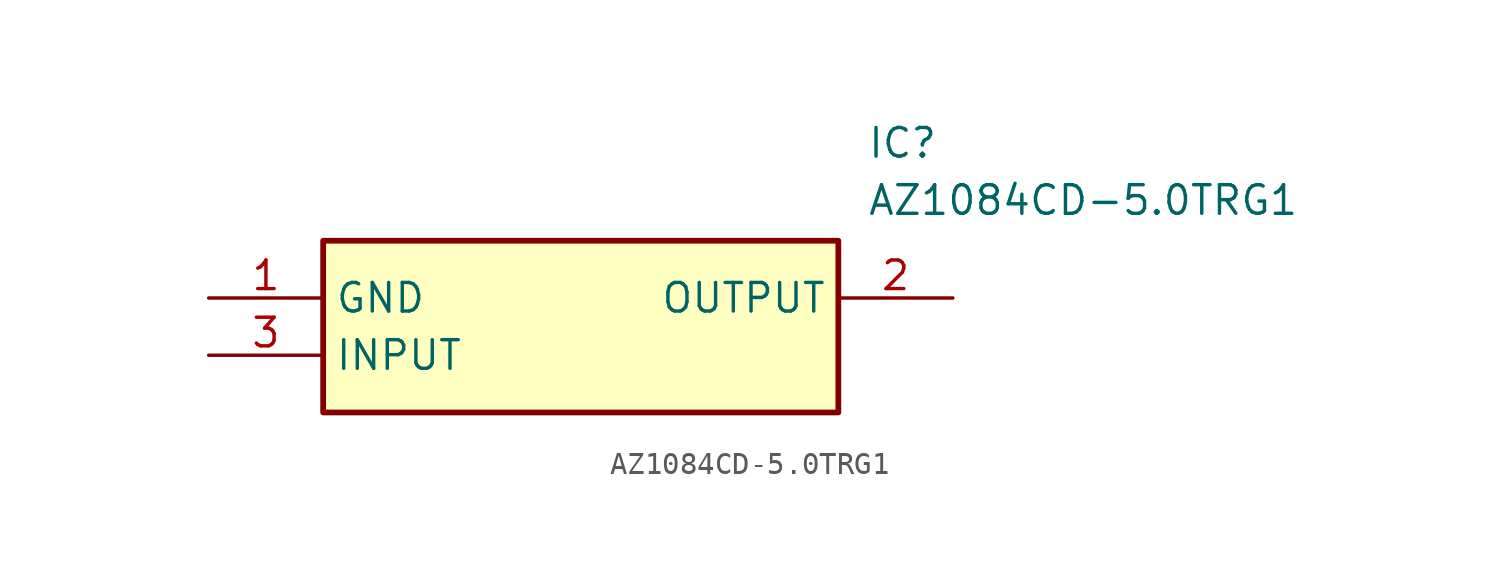
<source format=kicad_sym>
(kicad_symbol_lib
  (version 20211014)
  (generator SamacSys_ECAD_Model)
  (symbol "AZ1084CD-5.0TRG1"
    (property "Reference" "IC"
      (at 29.21 7.62 0)
      (effects (font (size 1.27 1.27)) (justify left top)))
    (property "Value" "AZ1084CD-5.0TRG1"
      (at 29.21 5.08 0)
      (effects (font (size 1.27 1.27)) (justify left top)))
    (rectangle
      (start 5.08 2.54)
      (end 27.94 -5.08)
      (stroke (width 0.254) (type default))
      (fill (type background)))
    (pin passive line
      (at 0 0 0)
      (length 5.08)
      (name "GND" (effects (font (size 1.27 1.27))))
      (number "1" (effects (font (size 1.27 1.27)))))
    (pin passive line
      (at 33.02 0 180)
      (length 5.08)
      (name "OUTPUT" (effects (font (size 1.27 1.27))))
      (number "2" (effects (font (size 1.27 1.27)))))
    (pin passive line
      (at 0 -2.54 0)
      (length 5.08)
      (name "INPUT" (effects (font (size 1.27 1.27))))
      (number "3" (effects (font (size 1.27 1.27)))))))
</source>
